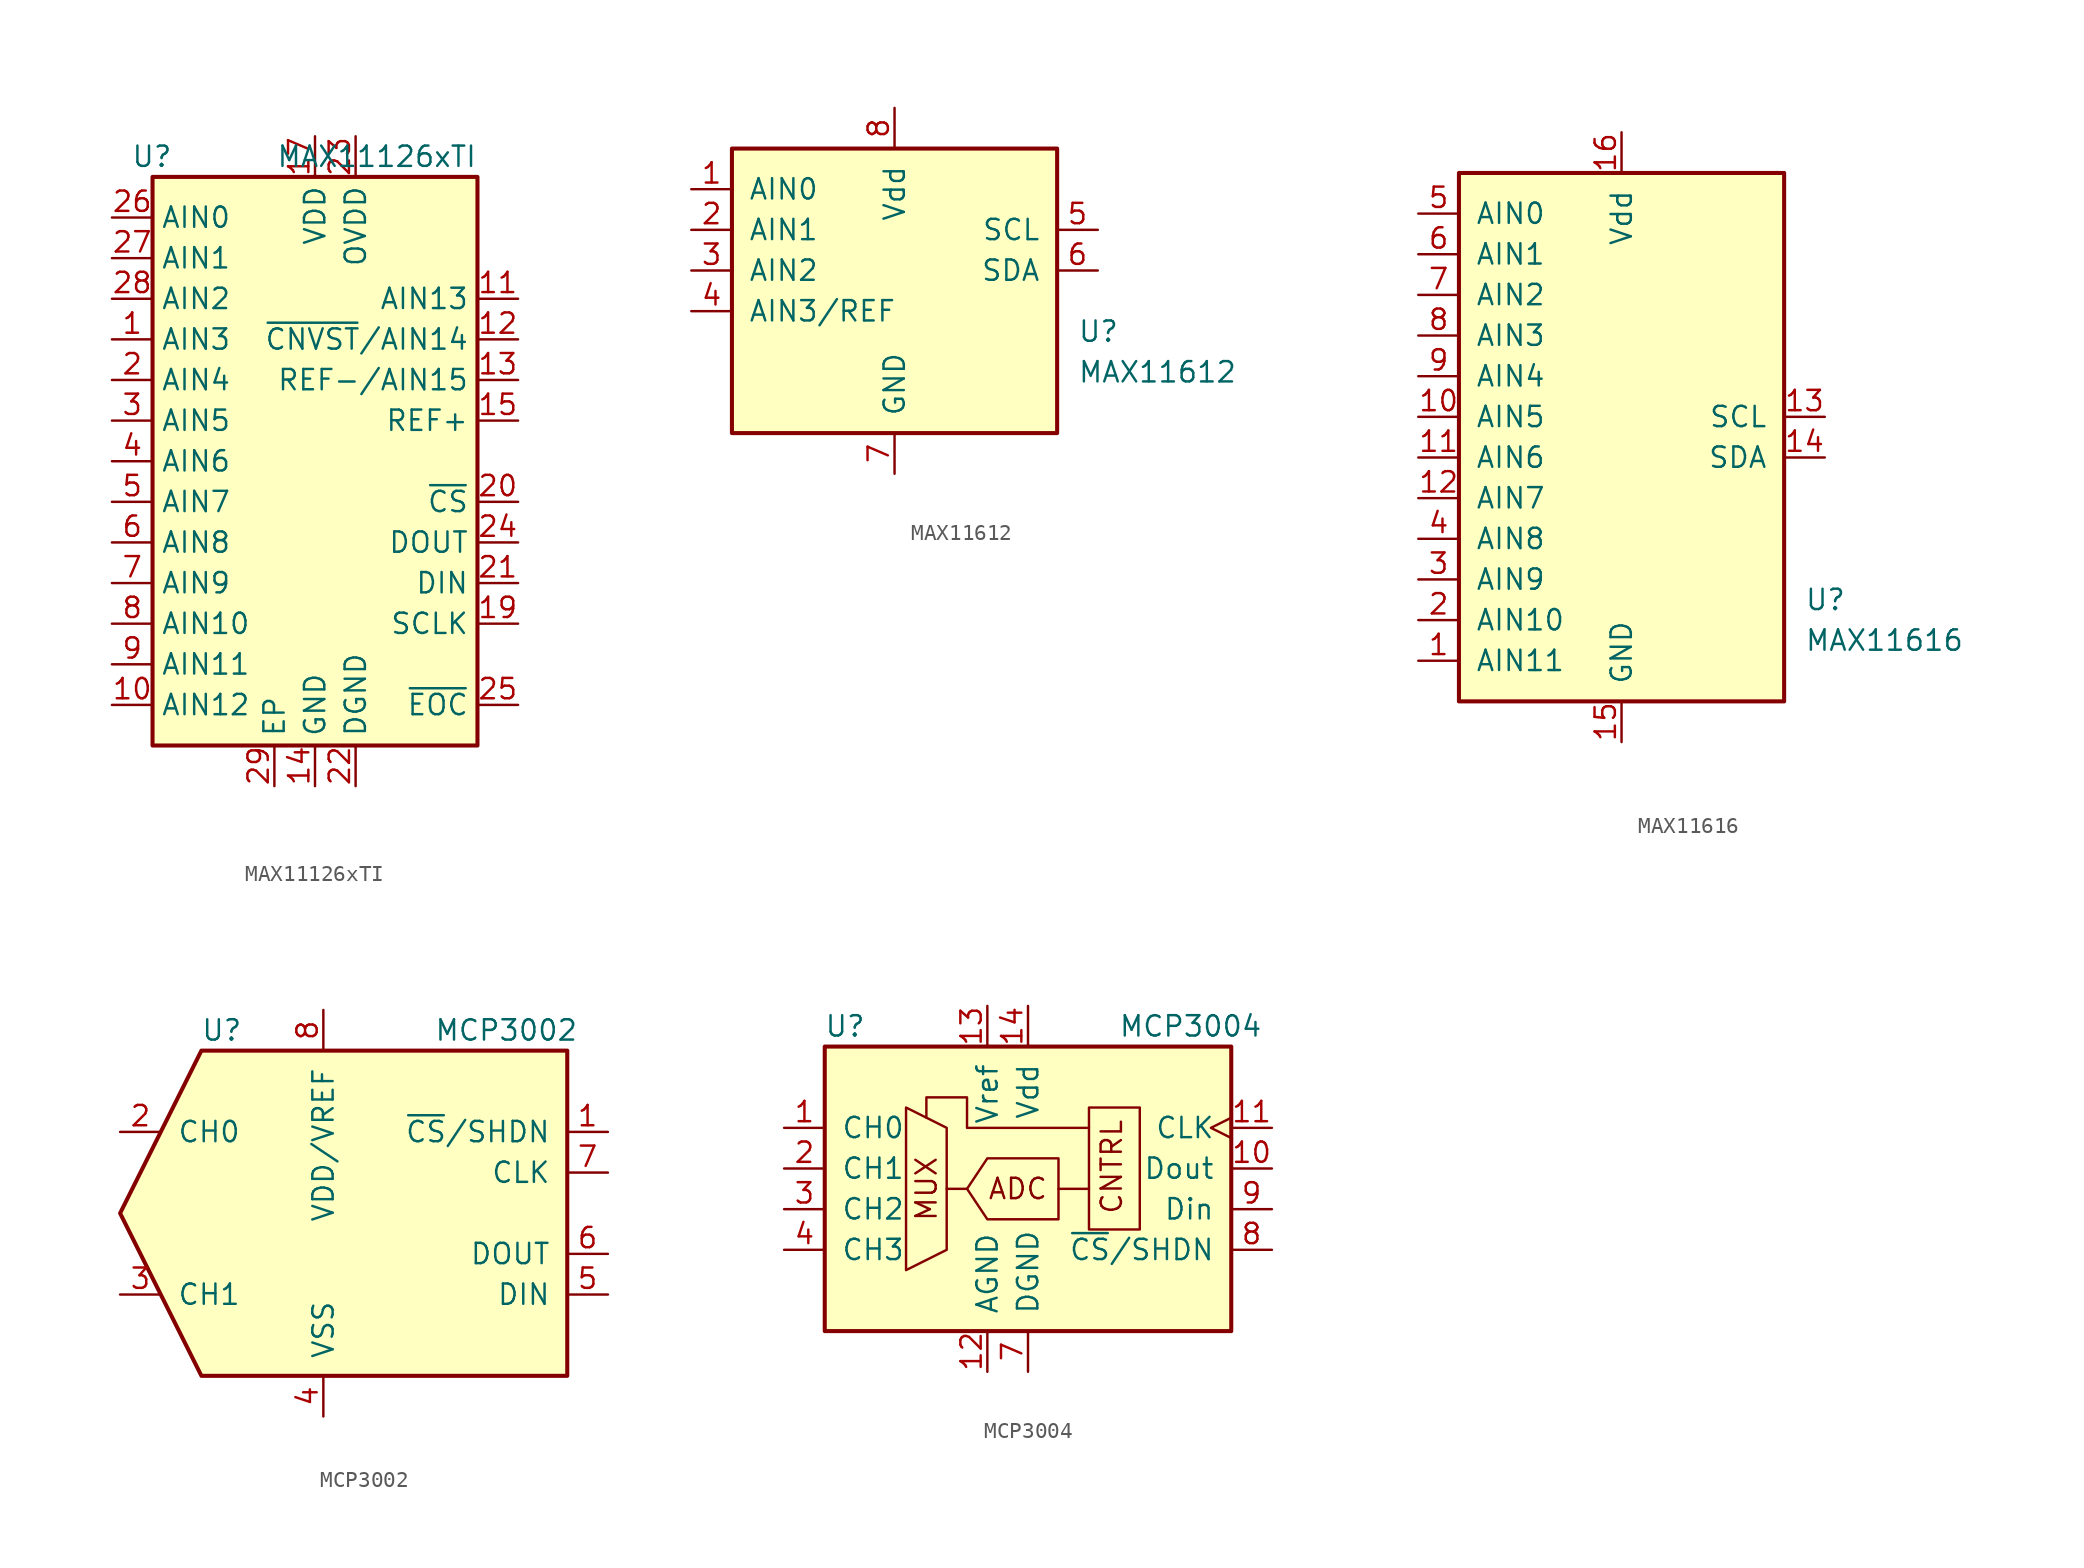
<source format=kicad_sym>
(kicad_symbol_lib
  (version 20211014)
  (generator kicad_symbol_editor)
  (symbol "MAX11126xTI"
    (property "Reference" "U"
      (at -8.89 19.05 0)
      (effects (font (size 1.27 1.27)) (justify right)))
    (property "Value" "MAX11126xTI"
      (at 10.16 19.05 0)
      (effects (font (size 1.27 1.27)) (justify right)))
    (symbol "MAX11126xTI_0_1"
      (rectangle (start 10.16 17.78) (end -10.16 -17.78) (stroke (width 0.254) (type default) (color 0 0 0 0)) (fill (type background))))
    (symbol "MAX11126xTI_1_1"
      (pin input line (at -12.7 7.62 0) (length 2.54) (name "AIN3" (effects (font (size 1.27 1.27)))) (number "1" (effects (font (size 1.27 1.27)))))
      (pin input line (at -12.7 -15.24 0) (length 2.54) (name "AIN12" (effects (font (size 1.27 1.27)))) (number "10" (effects (font (size 1.27 1.27)))))
      (pin input line (at 12.7 10.16 180) (length 2.54) (name "AIN13" (effects (font (size 1.27 1.27)))) (number "11" (effects (font (size 1.27 1.27)))))
      (pin input line (at 12.7 7.62 180) (length 2.54) (name "~{CNVST}/AIN14" (effects (font (size 1.27 1.27)))) (number "12" (effects (font (size 1.27 1.27)))))
      (pin input line (at 12.7 5.08 180) (length 2.54) (name "REF-/AIN15" (effects (font (size 1.27 1.27)))) (number "13" (effects (font (size 1.27 1.27)))))
      (pin power_in line (at 0 -20.32 90) (length 2.54) (name "GND" (effects (font (size 1.27 1.27)))) (number "14" (effects (font (size 1.27 1.27)))))
      (pin input line (at 12.7 2.54 180) (length 2.54) (name "REF+" (effects (font (size 1.27 1.27)))) (number "15" (effects (font (size 1.27 1.27)))))
      (pin passive line (at 0 -20.32 90) (length 2.54) hide (name "GND" (effects (font (size 1.27 1.27)))) (number "16" (effects (font (size 1.27 1.27)))))
      (pin power_in line (at 0 20.32 270) (length 2.54) (name "VDD" (effects (font (size 1.27 1.27)))) (number "17" (effects (font (size 1.27 1.27)))))
      (pin passive line (at 0 20.32 270) (length 2.54) hide (name "VDD" (effects (font (size 1.27 1.27)))) (number "18" (effects (font (size 1.27 1.27)))))
      (pin input line (at 12.7 -10.16 180) (length 2.54) (name "SCLK" (effects (font (size 1.27 1.27)))) (number "19" (effects (font (size 1.27 1.27)))))
      (pin input line (at -12.7 5.08 0) (length 2.54) (name "AIN4" (effects (font (size 1.27 1.27)))) (number "2" (effects (font (size 1.27 1.27)))))
      (pin input line (at 12.7 -2.54 180) (length 2.54) (name "~{CS}" (effects (font (size 1.27 1.27)))) (number "20" (effects (font (size 1.27 1.27)))))
      (pin input line (at 12.7 -7.62 180) (length 2.54) (name "DIN" (effects (font (size 1.27 1.27)))) (number "21" (effects (font (size 1.27 1.27)))))
      (pin power_in line (at 2.54 -20.32 90) (length 2.54) (name "DGND" (effects (font (size 1.27 1.27)))) (number "22" (effects (font (size 1.27 1.27)))))
      (pin power_in line (at 2.54 20.32 270) (length 2.54) (name "OVDD" (effects (font (size 1.27 1.27)))) (number "23" (effects (font (size 1.27 1.27)))))
      (pin output line (at 12.7 -5.08 180) (length 2.54) (name "DOUT" (effects (font (size 1.27 1.27)))) (number "24" (effects (font (size 1.27 1.27)))))
      (pin output line (at 12.7 -15.24 180) (length 2.54) (name "~{EOC}" (effects (font (size 1.27 1.27)))) (number "25" (effects (font (size 1.27 1.27)))))
      (pin input line (at -12.7 15.24 0) (length 2.54) (name "AIN0" (effects (font (size 1.27 1.27)))) (number "26" (effects (font (size 1.27 1.27)))))
      (pin input line (at -12.7 12.7 0) (length 2.54) (name "AIN1" (effects (font (size 1.27 1.27)))) (number "27" (effects (font (size 1.27 1.27)))))
      (pin input line (at -12.7 10.16 0) (length 2.54) (name "AIN2" (effects (font (size 1.27 1.27)))) (number "28" (effects (font (size 1.27 1.27)))))
      (pin power_in line (at -2.54 -20.32 90) (length 2.54) (name "EP" (effects (font (size 1.27 1.27)))) (number "29" (effects (font (size 1.27 1.27)))))
      (pin input line (at -12.7 2.54 0) (length 2.54) (name "AIN5" (effects (font (size 1.27 1.27)))) (number "3" (effects (font (size 1.27 1.27)))))
      (pin input line (at -12.7 0 0) (length 2.54) (name "AIN6" (effects (font (size 1.27 1.27)))) (number "4" (effects (font (size 1.27 1.27)))))
      (pin input line (at -12.7 -2.54 0) (length 2.54) (name "AIN7" (effects (font (size 1.27 1.27)))) (number "5" (effects (font (size 1.27 1.27)))))
      (pin input line (at -12.7 -5.08 0) (length 2.54) (name "AIN8" (effects (font (size 1.27 1.27)))) (number "6" (effects (font (size 1.27 1.27)))))
      (pin input line (at -12.7 -7.62 0) (length 2.54) (name "AIN9" (effects (font (size 1.27 1.27)))) (number "7" (effects (font (size 1.27 1.27)))))
      (pin input line (at -12.7 -10.16 0) (length 2.54) (name "AIN10" (effects (font (size 1.27 1.27)))) (number "8" (effects (font (size 1.27 1.27)))))
      (pin input line (at -12.7 -12.7 0) (length 2.54) (name "AIN11" (effects (font (size 1.27 1.27)))) (number "9" (effects (font (size 1.27 1.27)))))))
  (symbol "MAX11612"
    (pin_names
      (offset 1.016))
    (property "Reference" "U"
      (at 11.43 -3.81 0)
      (effects (font (size 1.27 1.27)) (justify left)))
    (property "Value" "MAX11612"
      (at 11.43 -6.35 0)
      (effects (font (size 1.27 1.27)) (justify left)))
    (symbol "MAX11612_0_1"
      (rectangle (start -10.16 7.62) (end 10.16 -10.16) (stroke (width 0.254) (type default) (color 0 0 0 0)) (fill (type background))))
    (symbol "MAX11612_1_1"
      (pin input line (at -12.7 5.08 0) (length 2.54) (name "AIN0" (effects (font (size 1.27 1.27)))) (number "1" (effects (font (size 1.27 1.27)))))
      (pin input line (at -12.7 2.54 0) (length 2.54) (name "AIN1" (effects (font (size 1.27 1.27)))) (number "2" (effects (font (size 1.27 1.27)))))
      (pin input line (at -12.7 0 0) (length 2.54) (name "AIN2" (effects (font (size 1.27 1.27)))) (number "3" (effects (font (size 1.27 1.27)))))
      (pin input line (at -12.7 -2.54 0) (length 2.54) (name "AIN3/REF" (effects (font (size 1.27 1.27)))) (number "4" (effects (font (size 1.27 1.27)))))
      (pin input line (at 12.7 2.54 180) (length 2.54) (name "SCL" (effects (font (size 1.27 1.27)))) (number "5" (effects (font (size 1.27 1.27)))))
      (pin bidirectional line (at 12.7 0 180) (length 2.54) (name "SDA" (effects (font (size 1.27 1.27)))) (number "6" (effects (font (size 1.27 1.27)))))
      (pin power_in line (at 0 -12.7 90) (length 2.54) (name "GND" (effects (font (size 1.27 1.27)))) (number "7" (effects (font (size 1.27 1.27)))))
      (pin power_in line (at 0 10.16 270) (length 2.54) (name "Vdd" (effects (font (size 1.27 1.27)))) (number "8" (effects (font (size 1.27 1.27)))))))
  (symbol "MAX11616"
    (pin_names
      (offset 1.016))
    (property "Reference" "U"
      (at 11.43 -11.43 0)
      (effects (font (size 1.27 1.27)) (justify left)))
    (property "Value" "MAX11616"
      (at 11.43 -13.97 0)
      (effects (font (size 1.27 1.27)) (justify left)))
    (symbol "MAX11616_0_1"
      (rectangle (start -10.16 15.24) (end 10.16 -17.78) (stroke (width 0.254) (type default) (color 0 0 0 0)) (fill (type background))))
    (symbol "MAX11616_1_1"
      (pin input line (at -12.7 -15.24 0) (length 2.54) (name "AIN11" (effects (font (size 1.27 1.27)))) (number "1" (effects (font (size 1.27 1.27)))))
      (pin input line (at -12.7 0 0) (length 2.54) (name "AIN5" (effects (font (size 1.27 1.27)))) (number "10" (effects (font (size 1.27 1.27)))))
      (pin input line (at -12.7 -2.54 0) (length 2.54) (name "AIN6" (effects (font (size 1.27 1.27)))) (number "11" (effects (font (size 1.27 1.27)))))
      (pin input line (at -12.7 -5.08 0) (length 2.54) (name "AIN7" (effects (font (size 1.27 1.27)))) (number "12" (effects (font (size 1.27 1.27)))))
      (pin input line (at 12.7 0 180) (length 2.54) (name "SCL" (effects (font (size 1.27 1.27)))) (number "13" (effects (font (size 1.27 1.27)))))
      (pin bidirectional line (at 12.7 -2.54 180) (length 2.54) (name "SDA" (effects (font (size 1.27 1.27)))) (number "14" (effects (font (size 1.27 1.27)))))
      (pin power_in line (at 0 -20.32 90) (length 2.54) (name "GND" (effects (font (size 1.27 1.27)))) (number "15" (effects (font (size 1.27 1.27)))))
      (pin power_in line (at 0 17.78 270) (length 2.54) (name "Vdd" (effects (font (size 1.27 1.27)))) (number "16" (effects (font (size 1.27 1.27)))))
      (pin input line (at -12.7 -12.7 0) (length 2.54) (name "AIN10" (effects (font (size 1.27 1.27)))) (number "2" (effects (font (size 1.27 1.27)))))
      (pin input line (at -12.7 -10.16 0) (length 2.54) (name "AIN9" (effects (font (size 1.27 1.27)))) (number "3" (effects (font (size 1.27 1.27)))))
      (pin input line (at -12.7 -7.62 0) (length 2.54) (name "AIN8" (effects (font (size 1.27 1.27)))) (number "4" (effects (font (size 1.27 1.27)))))
      (pin input line (at -12.7 12.7 0) (length 2.54) (name "AIN0" (effects (font (size 1.27 1.27)))) (number "5" (effects (font (size 1.27 1.27)))))
      (pin input line (at -12.7 10.16 0) (length 2.54) (name "AIN1" (effects (font (size 1.27 1.27)))) (number "6" (effects (font (size 1.27 1.27)))))
      (pin input line (at -12.7 7.62 0) (length 2.54) (name "AIN2" (effects (font (size 1.27 1.27)))) (number "7" (effects (font (size 1.27 1.27)))))
      (pin input line (at -12.7 5.08 0) (length 2.54) (name "AIN3" (effects (font (size 1.27 1.27)))) (number "8" (effects (font (size 1.27 1.27)))))
      (pin input line (at -12.7 2.54 0) (length 2.54) (name "AIN4" (effects (font (size 1.27 1.27)))) (number "9" (effects (font (size 1.27 1.27)))))))
  (symbol "MCP3002"
    (pin_names
      (offset 1.016))
    (property "Reference" "U"
      (at -6.35 11.43 0)
      (effects (font (size 1.27 1.27))))
    (property "Value" "MCP3002"
      (at 11.43 11.43 0)
      (effects (font (size 1.27 1.27))))
    (symbol "MCP3002_0_1"
      (polyline (pts (xy 15.24 10.16) (xy -7.62 10.16) (xy -12.7 0) (xy -7.62 -10.16) (xy 15.24 -10.16) (xy 15.24 10.16)) (stroke (width 0.254) (type default) (color 0 0 0 0)) (fill (type background))))
    (symbol "MCP3002_1_1"
      (pin input line (at 17.78 5.08 180) (length 2.54) (name "~{CS}/SHDN" (effects (font (size 1.27 1.27)))) (number "1" (effects (font (size 1.27 1.27)))))
      (pin passive line (at -12.7 5.08 0) (length 2.54) (name "CH0" (effects (font (size 1.27 1.27)))) (number "2" (effects (font (size 1.27 1.27)))))
      (pin passive line (at -12.7 -5.08 0) (length 2.54) (name "CH1" (effects (font (size 1.27 1.27)))) (number "3" (effects (font (size 1.27 1.27)))))
      (pin power_in line (at 0 -12.7 90) (length 2.54) (name "VSS" (effects (font (size 1.27 1.27)))) (number "4" (effects (font (size 1.27 1.27)))))
      (pin input line (at 17.78 -5.08 180) (length 2.54) (name "DIN" (effects (font (size 1.27 1.27)))) (number "5" (effects (font (size 1.27 1.27)))))
      (pin output line (at 17.78 -2.54 180) (length 2.54) (name "DOUT" (effects (font (size 1.27 1.27)))) (number "6" (effects (font (size 1.27 1.27)))))
      (pin input line (at 17.78 2.54 180) (length 2.54) (name "CLK" (effects (font (size 1.27 1.27)))) (number "7" (effects (font (size 1.27 1.27)))))
      (pin power_in line (at 0 12.7 270) (length 2.54) (name "VDD/VREF" (effects (font (size 1.27 1.27)))) (number "8" (effects (font (size 1.27 1.27)))))))
  (symbol "MCP3004"
    (pin_names
      (offset 1.016))
    (property "Reference" "U"
      (at -11.43 8.89 0)
      (effects (font (size 1.27 1.27))))
    (property "Value" "MCP3004"
      (at 10.16 8.89 0)
      (effects (font (size 1.27 1.27))))
    (symbol "MCP3004_0_0"
      (text "ADC" (at -0.635 -1.27 0) (effects (font (size 1.27 1.27))))
      (text "CNTRL" (at 5.969 -2.921 900) (effects (font (size 1.27 1.27)) (justify left bottom)))
      (text "MUX" (at -6.35 -1.27 900) (effects (font (size 1.27 1.27)))))
    (symbol "MCP3004_0_1"
      (polyline (pts (xy -5.08 -1.27) (xy -3.81 -1.27)) (stroke (width 0) (type default) (color 0 0 0 0)) (fill (type none)))
      (polyline (pts (xy 1.905 -1.27) (xy 3.81 -1.27)) (stroke (width 0) (type default) (color 0 0 0 0)) (fill (type none)))
      (polyline (pts (xy -7.62 3.81) (xy -7.62 -6.35) (xy -5.08 -5.08) (xy -5.08 2.54) (xy -7.62 3.81)) (stroke (width 0) (type default) (color 0 0 0 0)) (fill (type none)))
      (polyline (pts (xy 3.81 2.54) (xy -3.81 2.54) (xy -3.81 4.445) (xy -6.35 4.445) (xy -6.35 3.175)) (stroke (width 0) (type default) (color 0 0 0 0)) (fill (type none)))
      (polyline (pts (xy -3.81 -1.27) (xy -2.54 0.635) (xy 1.905 0.635) (xy 1.905 -3.175) (xy -2.54 -3.175) (xy -3.81 -1.27)) (stroke (width 0) (type default) (color 0 0 0 0)) (fill (type none)))
      (rectangle (start 3.81 -3.81) (end 6.985 3.81) (stroke (width 0) (type default) (color 0 0 0 0)) (fill (type none)))
      (rectangle (start 12.7 7.62) (end -12.7 -10.16) (stroke (width 0.254) (type default) (color 0 0 0 0)) (fill (type background))))
    (symbol "MCP3004_1_1"
      (pin input line (at -15.24 2.54 0) (length 2.54) (name "CH0" (effects (font (size 1.27 1.27)))) (number "1" (effects (font (size 1.27 1.27)))))
      (pin output line (at 15.24 0 180) (length 2.54) (name "Dout" (effects (font (size 1.27 1.27)))) (number "10" (effects (font (size 1.27 1.27)))))
      (pin input clock (at 15.24 2.54 180) (length 2.54) (name "CLK" (effects (font (size 1.27 1.27)))) (number "11" (effects (font (size 1.27 1.27)))))
      (pin power_in line (at -2.54 -12.7 90) (length 2.54) (name "AGND" (effects (font (size 1.27 1.27)))) (number "12" (effects (font (size 1.27 1.27)))))
      (pin power_in line (at -2.54 10.16 270) (length 2.54) (name "Vref" (effects (font (size 1.27 1.27)))) (number "13" (effects (font (size 1.27 1.27)))))
      (pin power_in line (at 0 10.16 270) (length 2.54) (name "Vdd" (effects (font (size 1.27 1.27)))) (number "14" (effects (font (size 1.27 1.27)))))
      (pin input line (at -15.24 0 0) (length 2.54) (name "CH1" (effects (font (size 1.27 1.27)))) (number "2" (effects (font (size 1.27 1.27)))))
      (pin input line (at -15.24 -2.54 0) (length 2.54) (name "CH2" (effects (font (size 1.27 1.27)))) (number "3" (effects (font (size 1.27 1.27)))))
      (pin input line (at -15.24 -5.08 0) (length 2.54) (name "CH3" (effects (font (size 1.27 1.27)))) (number "4" (effects (font (size 1.27 1.27)))))
      (pin no_connect line (at -15.24 5.08 0) (length 2.54) hide (name "NC" (effects (font (size 1.27 1.27)))) (number "5" (effects (font (size 1.27 1.27)))))
      (pin no_connect line (at -15.24 -7.62 0) (length 2.54) hide (name "NC" (effects (font (size 1.27 1.27)))) (number "6" (effects (font (size 1.27 1.27)))))
      (pin power_in line (at 0 -12.7 90) (length 2.54) (name "DGND" (effects (font (size 1.27 1.27)))) (number "7" (effects (font (size 1.27 1.27)))))
      (pin input line (at 15.24 -5.08 180) (length 2.54) (name "~{CS}/SHDN" (effects (font (size 1.27 1.27)))) (number "8" (effects (font (size 1.27 1.27)))))
      (pin input line (at 15.24 -2.54 180) (length 2.54) (name "Din" (effects (font (size 1.27 1.27)))) (number "9" (effects (font (size 1.27 1.27))))))))
</source>
